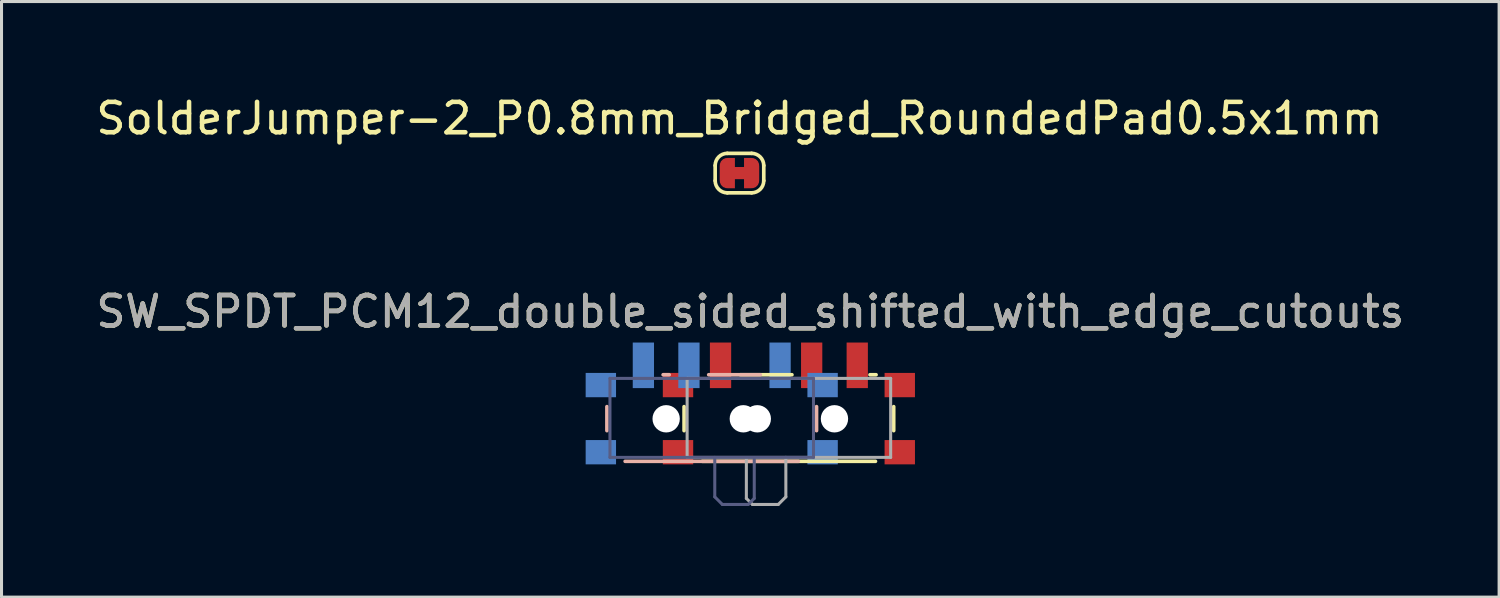
<source format=kicad_pcb>
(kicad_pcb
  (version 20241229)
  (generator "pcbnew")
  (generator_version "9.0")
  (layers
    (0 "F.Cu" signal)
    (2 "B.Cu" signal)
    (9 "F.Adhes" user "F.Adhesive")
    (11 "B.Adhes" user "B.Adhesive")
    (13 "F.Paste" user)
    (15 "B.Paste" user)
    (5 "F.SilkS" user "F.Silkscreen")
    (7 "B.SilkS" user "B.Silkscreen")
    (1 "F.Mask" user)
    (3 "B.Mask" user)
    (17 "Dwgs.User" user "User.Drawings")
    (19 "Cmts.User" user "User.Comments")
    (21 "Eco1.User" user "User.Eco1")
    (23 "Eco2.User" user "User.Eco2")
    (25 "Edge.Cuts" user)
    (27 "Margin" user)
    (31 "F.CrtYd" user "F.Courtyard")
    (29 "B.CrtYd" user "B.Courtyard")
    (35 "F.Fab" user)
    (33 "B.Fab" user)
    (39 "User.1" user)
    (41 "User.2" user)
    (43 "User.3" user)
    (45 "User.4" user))
  (footprint "SolderJumper-2_P0.8mm_Bridged_RoundedPad0.5x1mm"
    (layer "F.Cu")
    (at 21.292 2.648)
    (property "Reference" "SolderJumper-2_P0.8mm_Bridged_RoundedPad0.5x1mm" (at 0 -1.8 0) (layer "F.SilkS") (effects (font (size 1 1) (thickness 0.15))))
    (attr exclude_from_pos_files exclude_from_bom)
    (fp_poly (pts (xy 0.25 -0.2) (xy -0.25 -0.2) (xy -0.25 0.2) (xy 0.25 0.2)) (stroke (width 0) (type solid)) (fill yes) (layer "F.Cu"))
    (fp_poly (pts (xy 0.25 -0.2) (xy -0.25 -0.2) (xy -0.25 0.2) (xy 0.25 0.2)) (stroke (width 0) (type solid)) (fill yes) (layer "F.Mask"))
    (fp_line (start -0.8 -0.25) (end -0.8 0.25) (stroke (width 0.12) (type solid)) (layer "F.SilkS"))
    (fp_line (start -0.4 -0.65) (end 0.4 -0.65) (stroke (width 0.12) (type solid)) (layer "F.SilkS"))
    (fp_line (start 0.4 0.65) (end -0.4 0.65) (stroke (width 0.12) (type solid)) (layer "F.SilkS"))
    (fp_line (start 0.8 -0.25) (end 0.8 0.25) (stroke (width 0.12) (type solid)) (layer "F.SilkS"))
    (fp_arc (start -0.8 -0.25) (mid -0.682843 -0.532843) (end -0.4 -0.65) (stroke (width 0.12) (type default)) (layer "F.SilkS"))
    (fp_arc (start -0.4 0.65) (mid -0.682843 0.532843) (end -0.8 0.25) (stroke (width 0.12) (type default)) (layer "F.SilkS"))
    (fp_arc (start 0.4 -0.65) (mid 0.682843 -0.532843) (end 0.8 -0.25) (stroke (width 0.12) (type default)) (layer "F.SilkS"))
    (fp_arc (start 0.8 0.25) (mid 0.682843 0.532843) (end 0.4 0.65) (stroke (width 0.12) (type default)) (layer "F.SilkS"))
    (pad "1" smd custom (at -0.4 0) (size 0.5 0.5) (layers "F.Cu" "F.Mask") (options (anchor rect)) (primitives (gr_circle (center 0 0.25) (end 0.25 0.25) (width 0) (fill yes)) (gr_circle (center 0 -0.25) (end 0.25 -0.25) (width 0) (fill yes)) (gr_poly (pts (xy 0.25 0.5) (xy 0 0.5) (xy 0 -0.5) (xy 0.25 -0.5)) (width 0) (fill yes))))
    (pad "2" smd custom (at 0.4 0 180) (size 0.5 0.5) (layers "F.Cu" "F.Mask") (options (anchor rect)) (primitives (gr_circle (center 0 0.25) (end 0.25 0.25) (width 0) (fill yes)) (gr_circle (center 0 -0.25) (end 0.25 -0.25) (width 0) (fill yes)) (gr_poly (pts (xy 0.25 0.5) (xy 0 0.5) (xy 0 -0.5) (xy 0.25 -0.5)) (width 0) (fill yes)))))
  (footprint "SW_SPDT_PCM12_double_sided_shifted_with_edge_cutouts"
    (layer "F.Cu")
    (at 21.649 10.406)
    (property "Reference" "SW_SPDT_PCM12_double_sided_shifted_with_edge_cutouts" (at 0 -3.2 0) (layer "F.SilkS") (effects (font (size 1 1) (thickness 0.15))))
    (attr smd)
    (fp_line (start -2.18 -0.07) (end -2.18 0.72) (stroke (width 0.12) (type solid)) (layer "F.SilkS"))
    (fp_line (start -1.58 1.73) (end 4.12 1.73) (stroke (width 0.12) (type solid)) (layer "F.SilkS"))
    (fp_line (start -0.33 -1.12) (end 1.37 -1.12) (stroke (width 0.12) (type solid)) (layer "F.SilkS"))
    (fp_line (start 3.94 -1.12) (end 4.14 -1.12) (stroke (width 0.12) (type solid)) (layer "F.SilkS"))
    (fp_line (start 4.72 0.72) (end 4.72 -0.07) (stroke (width 0.12) (type solid)) (layer "F.SilkS"))
    (fp_line (start -4.72 0.72) (end -4.72 -0.07) (stroke (width 0.12) (type solid)) (layer "B.SilkS"))
    (fp_line (start -2.67 -1.12) (end -2.87 -1.12) (stroke (width 0.12) (type solid)) (layer "B.SilkS"))
    (fp_line (start 0.33 -1.12) (end -1.37 -1.12) (stroke (width 0.12) (type solid)) (layer "B.SilkS"))
    (fp_line (start 1.58 1.73) (end -4.12 1.73) (stroke (width 0.12) (type solid)) (layer "B.SilkS"))
    (fp_line (start 2.18 -0.07) (end 2.18 0.72) (stroke (width 0.12) (type solid)) (layer "B.SilkS"))
    (fp_line (start -4.62 -1) (end 2.08 -1) (stroke (width 0.1) (type solid)) (layer "B.Fab"))
    (fp_line (start -4.62 1.6) (end -4.62 -1) (stroke (width 0.1) (type solid)) (layer "B.Fab"))
    (fp_line (start -1.17 2.9) (end -1.17 1.6) (stroke (width 0.1) (type solid)) (layer "B.Fab"))
    (fp_line (start -0.92 3.15) (end -1.17 2.9) (stroke (width 0.1) (type solid)) (layer "B.Fab"))
    (fp_line (start -0.07 3.15) (end -0.92 3.15) (stroke (width 0.1) (type solid)) (layer "B.Fab"))
    (fp_line (start 0.13 1.65) (end 0.13 2.95) (stroke (width 0.1) (type solid)) (layer "B.Fab"))
    (fp_line (start 0.13 2.95) (end -0.07 3.15) (stroke (width 0.1) (type solid)) (layer "B.Fab"))
    (fp_line (start 2.08 -1) (end 2.08 1.6) (stroke (width 0.1) (type solid)) (layer "B.Fab"))
    (fp_line (start 2.08 1.6) (end -4.62 1.6) (stroke (width 0.1) (type solid)) (layer "B.Fab"))
    (fp_line (start -2.08 -1) (end -2.08 1.6) (stroke (width 0.1) (type solid)) (layer "F.Fab"))
    (fp_line (start -2.08 1.6) (end 4.62 1.6) (stroke (width 0.1) (type solid)) (layer "F.Fab"))
    (fp_line (start -0.13 1.65) (end -0.13 2.95) (stroke (width 0.1) (type solid)) (layer "F.Fab"))
    (fp_line (start -0.13 2.95) (end 0.07 3.15) (stroke (width 0.1) (type solid)) (layer "F.Fab"))
    (fp_line (start 0.07 3.15) (end 0.92 3.15) (stroke (width 0.1) (type solid)) (layer "F.Fab"))
    (fp_line (start 0.92 3.15) (end 1.17 2.9) (stroke (width 0.1) (type solid)) (layer "F.Fab"))
    (fp_line (start 1.17 2.9) (end 1.17 1.6) (stroke (width 0.1) (type solid)) (layer "F.Fab"))
    (fp_line (start 4.62 -1) (end -2.08 -1) (stroke (width 0.1) (type solid)) (layer "F.Fab"))
    (fp_line (start 4.62 1.6) (end 4.62 -1) (stroke (width 0.1) (type solid)) (layer "F.Fab"))
    (fp_line (start -5.47 -0.923) (end -5.47 2.35) (stroke (width 0.1) (type default)) (layer "User.6"))
    (fp_line (start -5.47 2.35) (end 2.93 2.35) (stroke (width 0.1) (type default)) (layer "User.6"))
    (fp_line (start -3.992 -2.124) (end -5.235 -1.347) (stroke (width 0.1) (type default)) (layer "User.6"))
    (fp_line (start 1.187 -2.2) (end -3.727 -2.2) (stroke (width 0.1) (type default)) (layer "User.6"))
    (fp_line (start 2.695 -1.347) (end 1.452 -2.124) (stroke (width 0.1) (type default)) (layer "User.6"))
    (fp_line (start 2.93 2.35) (end 2.93 -0.923) (stroke (width 0.1) (type default)) (layer "User.6"))
    (fp_arc (start -5.47 -0.922876) (mid -5.407321 -1.16526) (end -5.235 -1.346875) (stroke (width 0.1) (type default)) (layer "User.6"))
    (fp_arc (start -3.991601 -2.123999) (mid -3.864443 -2.180624) (end -3.726602 -2.2) (stroke (width 0.1) (type default)) (layer "User.6"))
    (fp_arc (start 1.186602 -2.2) (mid 1.324443 -2.180624) (end 1.451601 -2.123999) (stroke (width 0.1) (type default)) (layer "User.6"))
    (fp_arc (start 2.694999 -1.346875) (mid 2.867312 -1.165258) (end 2.93 -0.922876) (stroke (width 0.1) (type default)) (layer "User.6"))
    (fp_line (start -2.93 -0.923) (end -2.93 2.35) (stroke (width 0.1) (type default)) (layer "User.7"))
    (fp_line (start -2.93 2.35) (end 5.47 2.35) (stroke (width 0.1) (type default)) (layer "User.7"))
    (fp_line (start -1.452 -2.124) (end -2.695 -1.347) (stroke (width 0.1) (type default)) (layer "User.7"))
    (fp_line (start 3.727 -2.2) (end -1.187 -2.2) (stroke (width 0.1) (type default)) (layer "User.7"))
    (fp_line (start 5.235 -1.347) (end 3.992 -2.124) (stroke (width 0.1) (type default)) (layer "User.7"))
    (fp_line (start 5.47 2.35) (end 5.47 -0.923) (stroke (width 0.1) (type default)) (layer "User.7"))
    (fp_arc (start -2.93 -0.922876) (mid -2.867321 -1.16526) (end -2.695 -1.346875) (stroke (width 0.1) (type default)) (layer "User.7"))
    (fp_arc (start -1.451601 -2.123999) (mid -1.324443 -2.180624) (end -1.186602 -2.2) (stroke (width 0.1) (type default)) (layer "User.7"))
    (fp_arc (start 3.726602 -2.2) (mid 3.864443 -2.180624) (end 3.991601 -2.123999) (stroke (width 0.1) (type default)) (layer "User.7"))
    (fp_arc (start 5.234999 -1.346875) (mid 5.407322 -1.165261) (end 5.47 -0.922876) (stroke (width 0.1) (type default)) (layer "User.7"))
    (fp_text user "${REFERENCE}" (at 0 -3.2 0) (layer "F.Fab") (effects (font (size 1 1) (thickness 0.15))))
    (pad "" smd rect (at -4.92 -0.78) (size 1 0.8) (layers "B.Cu" "B.Mask" "B.Paste"))
    (pad "" smd rect (at -4.92 1.43) (size 1 0.8) (layers "B.Cu" "B.Mask" "B.Paste"))
    (pad "" np_thru_hole circle (at -2.77 0.33) (size 0.9 0.9) (drill 0.9) (layers "*.Cu" "*.Mask"))
    (pad "" smd rect (at -2.38 -0.78) (size 1 0.8) (layers "F.Cu" "F.Mask" "F.Paste"))
    (pad "" smd rect (at -2.38 1.43) (size 1 0.8) (layers "F.Cu" "F.Mask" "F.Paste"))
    (pad "" np_thru_hole circle (at -0.23 0.33) (size 0.9 0.9) (drill 0.9) (layers "*.Cu" "*.Mask"))
    (pad "" np_thru_hole circle (at 0.23 0.33) (size 0.9 0.9) (drill 0.9) (layers "*.Cu" "*.Mask"))
    (pad "" smd rect (at 2.38 -0.78) (size 1 0.8) (layers "B.Cu" "B.Mask" "B.Paste"))
    (pad "" smd rect (at 2.38 1.43) (size 1 0.8) (layers "B.Cu" "B.Mask" "B.Paste"))
    (pad "" np_thru_hole circle (at 2.77 0.33) (size 0.9 0.9) (drill 0.9) (layers "*.Cu" "*.Mask"))
    (pad "" smd rect (at 4.92 -0.78) (size 1 0.8) (layers "F.Cu" "F.Mask" "F.Paste"))
    (pad "" smd rect (at 4.92 1.43) (size 1 0.8) (layers "F.Cu" "F.Mask" "F.Paste"))
    (pad "1" smd rect (at -0.98 -1.43) (size 0.7 1.5) (layers "F.Cu" "F.Mask" "F.Paste"))
    (pad "1" smd rect (at 0.98 -1.43) (size 0.7 1.5) (layers "B.Cu" "B.Mask" "B.Paste"))
    (pad "2" smd rect (at -2.02 -1.43) (size 0.7 1.5) (layers "B.Cu" "B.Mask" "B.Paste"))
    (pad "2" smd rect (at 2.02 -1.43) (size 0.7 1.5) (layers "F.Cu" "F.Mask" "F.Paste"))
    (pad "3" smd rect (at -3.52 -1.43) (size 0.7 1.5) (layers "B.Cu" "B.Mask" "B.Paste"))
    (pad "3" smd rect (at 3.52 -1.43) (size 0.7 1.5) (layers "F.Cu" "F.Mask" "F.Paste")))
  (gr_rect
    (start -3 -3)
    (end 46.298 16.607)
    (stroke (width 0.1) (type default))
    (fill no)
    (layer "Edge.Cuts")))
</source>
